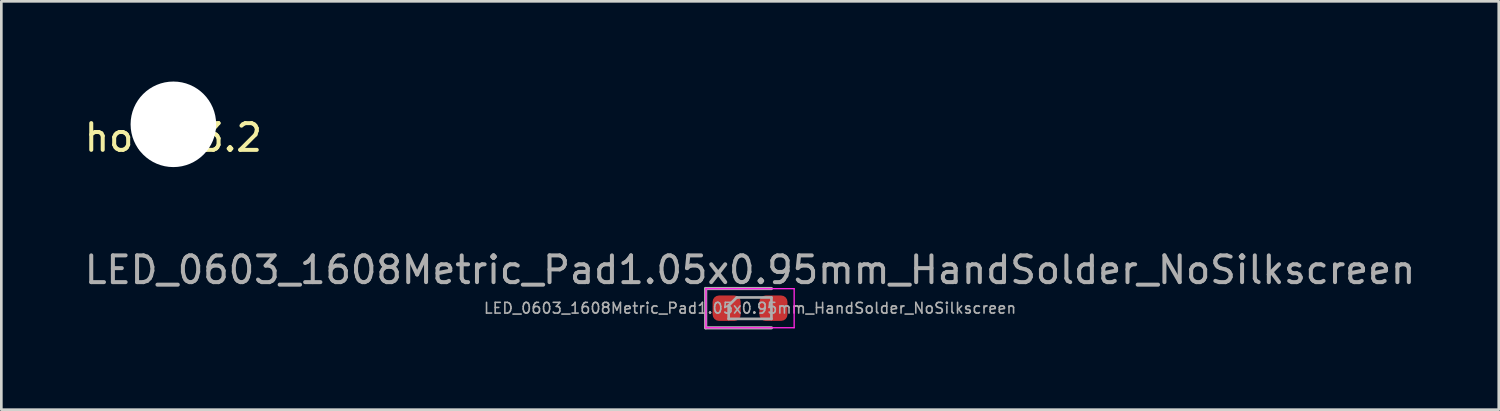
<source format=kicad_pcb>
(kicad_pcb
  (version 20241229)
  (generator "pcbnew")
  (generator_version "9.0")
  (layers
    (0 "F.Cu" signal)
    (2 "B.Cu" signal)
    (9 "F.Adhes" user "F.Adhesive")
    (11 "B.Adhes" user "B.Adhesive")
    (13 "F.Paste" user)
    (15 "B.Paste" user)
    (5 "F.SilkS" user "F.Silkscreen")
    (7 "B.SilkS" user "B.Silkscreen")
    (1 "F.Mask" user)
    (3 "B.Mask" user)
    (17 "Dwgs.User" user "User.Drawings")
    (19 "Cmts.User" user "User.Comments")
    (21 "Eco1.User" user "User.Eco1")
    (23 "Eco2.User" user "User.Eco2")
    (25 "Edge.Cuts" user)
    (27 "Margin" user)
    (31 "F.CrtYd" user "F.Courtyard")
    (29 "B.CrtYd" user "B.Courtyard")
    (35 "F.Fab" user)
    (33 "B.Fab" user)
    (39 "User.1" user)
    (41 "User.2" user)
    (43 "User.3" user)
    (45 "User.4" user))
  (footprint "holeφ3.2"
    (layer "F.Cu")
    (at 3.435 1.6)
    (property "Reference" "holeφ3.2" (at 0 0.5 0) (layer "F.SilkS") (effects (font (size 1 1) (thickness 0.15))))
    (attr through_hole)
    (pad "" np_thru_hole circle (at 0 0) (size 3.2 3.2) (drill 3.2) (layers "*.Cu" "*.Mask")))
  (footprint "LED_0603_1608Metric_Pad1.05x0.95mm_HandSolder_NoSilkscreen"
    (layer "F.Cu")
    (at 25.006 8.478)
    (property "Reference" "LED_0603_1608Metric_Pad1.05x0.95mm_HandSolder_NoSilkscreen" (at 0 -1.43 0) (layer "F.Fab") (effects (font (size 1 1) (thickness 0.15))))
    (attr smd)
    (fp_line (start -1.65 -0.73) (end 1.65 -0.73) (stroke (width 0.05) (type solid)) (layer "F.CrtYd"))
    (fp_line (start -1.65 0.73) (end -1.65 -0.73) (stroke (width 0.05) (type solid)) (layer "F.CrtYd"))
    (fp_line (start 1.65 -0.73) (end 1.65 0.73) (stroke (width 0.05) (type solid)) (layer "F.CrtYd"))
    (fp_line (start 1.65 0.73) (end -1.65 0.73) (stroke (width 0.05) (type solid)) (layer "F.CrtYd"))
    (fp_line (start -1.66 -0.735) (end -1.66 0.735) (stroke (width 0.12) (type solid)) (layer "F.Fab"))
    (fp_line (start -1.66 0.735) (end 0.8 0.735) (stroke (width 0.12) (type solid)) (layer "F.Fab"))
    (fp_line (start -0.8 -0.1) (end -0.8 0.4) (stroke (width 0.1) (type solid)) (layer "F.Fab"))
    (fp_line (start -0.8 0.4) (end 0.8 0.4) (stroke (width 0.1) (type solid)) (layer "F.Fab"))
    (fp_line (start -0.5 -0.4) (end -0.8 -0.1) (stroke (width 0.1) (type solid)) (layer "F.Fab"))
    (fp_line (start 0.8 -0.735) (end -1.66 -0.735) (stroke (width 0.12) (type solid)) (layer "F.Fab"))
    (fp_line (start 0.8 -0.4) (end -0.5 -0.4) (stroke (width 0.1) (type solid)) (layer "F.Fab"))
    (fp_line (start 0.8 0.4) (end 0.8 -0.4) (stroke (width 0.1) (type solid)) (layer "F.Fab"))
    (fp_text user "${REFERENCE}" (at 0 0 0) (layer "F.Fab") (effects (font (size 0.4 0.4) (thickness 0.06))))
    (pad "1" smd roundrect (at -0.875 0) (size 1.05 0.95) (layers "F.Cu" "F.Mask" "F.Paste") (roundrect_rratio 0.25))
    (pad "2" smd roundrect (at 0.875 0) (size 1.05 0.95) (layers "F.Cu" "F.Mask" "F.Paste") (roundrect_rratio 0.25)))
  (gr_rect
    (start -3 -3)
    (end 53.012 12.273)
    (stroke (width 0.1) (type default))
    (fill no)
    (layer "Edge.Cuts")))
</source>
